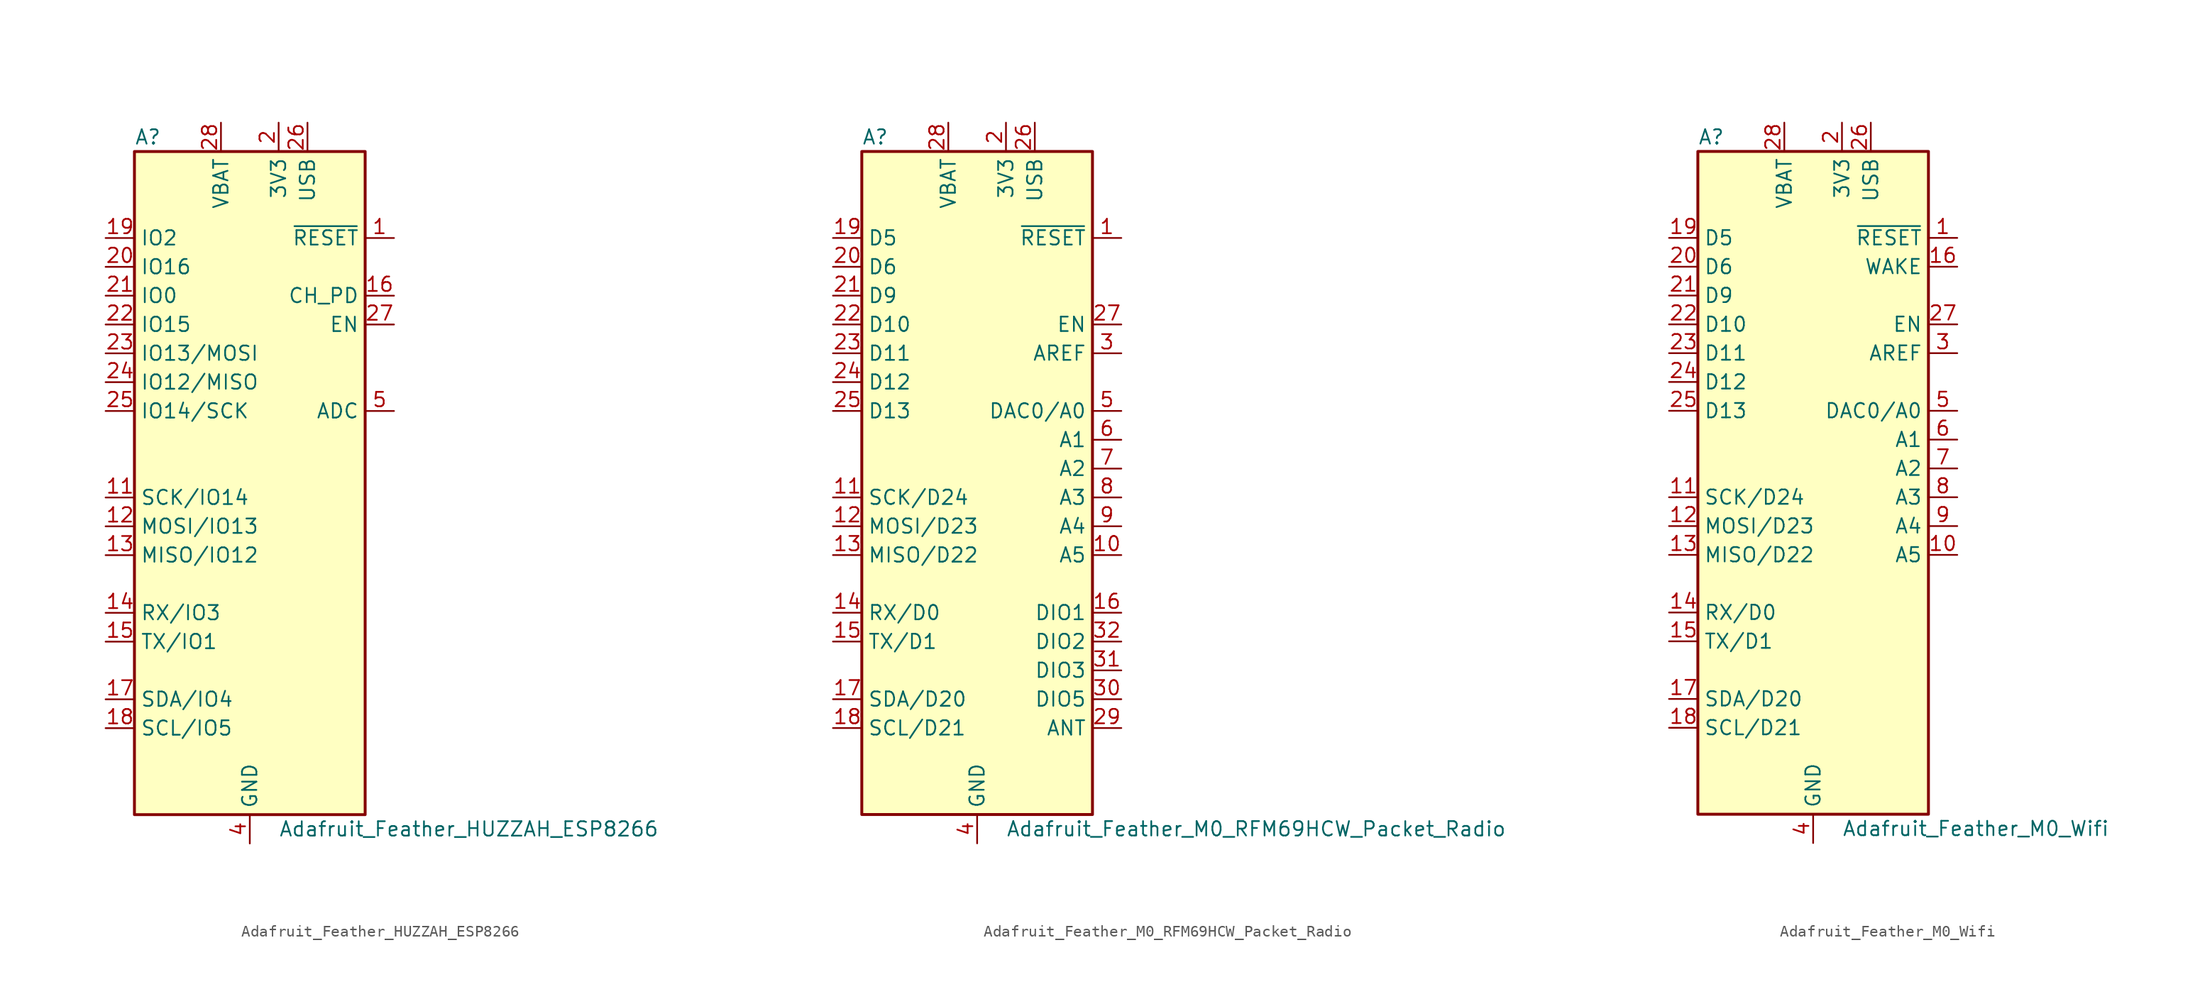
<source format=kicad_sym>
(kicad_symbol_lib
  (version 20211014)
  (generator kicad_symbol_editor)
  (symbol "Adafruit_Feather_HUZZAH_ESP8266"
    (property "Reference" "A"
      (at -10.16 29.21 0)
      (effects (font (size 1.27 1.27)) (justify left)))
    (property "Value" "Adafruit_Feather_HUZZAH_ESP8266"
      (at 2.54 -31.75 0)
      (effects (font (size 1.27 1.27)) (justify left)))
    (symbol "Adafruit_Feather_HUZZAH_ESP8266_0_1"
      (rectangle (start -10.16 27.94) (end 10.16 -30.48) (stroke (width 0.254) (type default) (color 0 0 0 0)) (fill (type background))))
    (symbol "Adafruit_Feather_HUZZAH_ESP8266_1_1"
      (pin input line (at 12.7 20.32 180) (length 2.54) (name "~{RESET}" (effects (font (size 1.27 1.27)))) (number "1" (effects (font (size 1.27 1.27)))))
      (pin no_connect line (at 10.16 -7.62 180) (length 2.54) hide (name "NC" (effects (font (size 1.27 1.27)))) (number "10" (effects (font (size 1.27 1.27)))))
      (pin bidirectional line (at -12.7 -2.54 0) (length 2.54) (name "SCK/IO14" (effects (font (size 1.27 1.27)))) (number "11" (effects (font (size 1.27 1.27)))))
      (pin bidirectional line (at -12.7 -5.08 0) (length 2.54) (name "MOSI/IO13" (effects (font (size 1.27 1.27)))) (number "12" (effects (font (size 1.27 1.27)))))
      (pin bidirectional line (at -12.7 -7.62 0) (length 2.54) (name "MISO/IO12" (effects (font (size 1.27 1.27)))) (number "13" (effects (font (size 1.27 1.27)))))
      (pin bidirectional line (at -12.7 -12.7 0) (length 2.54) (name "RX/IO3" (effects (font (size 1.27 1.27)))) (number "14" (effects (font (size 1.27 1.27)))))
      (pin bidirectional line (at -12.7 -15.24 0) (length 2.54) (name "TX/IO1" (effects (font (size 1.27 1.27)))) (number "15" (effects (font (size 1.27 1.27)))))
      (pin bidirectional line (at 12.7 15.24 180) (length 2.54) (name "CH_PD" (effects (font (size 1.27 1.27)))) (number "16" (effects (font (size 1.27 1.27)))))
      (pin bidirectional line (at -12.7 -20.32 0) (length 2.54) (name "SDA/IO4" (effects (font (size 1.27 1.27)))) (number "17" (effects (font (size 1.27 1.27)))))
      (pin bidirectional line (at -12.7 -22.86 0) (length 2.54) (name "SCL/IO5" (effects (font (size 1.27 1.27)))) (number "18" (effects (font (size 1.27 1.27)))))
      (pin bidirectional line (at -12.7 20.32 0) (length 2.54) (name "IO2" (effects (font (size 1.27 1.27)))) (number "19" (effects (font (size 1.27 1.27)))))
      (pin power_in line (at 2.54 30.48 270) (length 2.54) (name "3V3" (effects (font (size 1.27 1.27)))) (number "2" (effects (font (size 1.27 1.27)))))
      (pin bidirectional line (at -12.7 17.78 0) (length 2.54) (name "IO16" (effects (font (size 1.27 1.27)))) (number "20" (effects (font (size 1.27 1.27)))))
      (pin bidirectional line (at -12.7 15.24 0) (length 2.54) (name "IO0" (effects (font (size 1.27 1.27)))) (number "21" (effects (font (size 1.27 1.27)))))
      (pin bidirectional line (at -12.7 12.7 0) (length 2.54) (name "IO15" (effects (font (size 1.27 1.27)))) (number "22" (effects (font (size 1.27 1.27)))))
      (pin bidirectional line (at -12.7 10.16 0) (length 2.54) (name "IO13/MOSI" (effects (font (size 1.27 1.27)))) (number "23" (effects (font (size 1.27 1.27)))))
      (pin bidirectional line (at -12.7 7.62 0) (length 2.54) (name "IO12/MISO" (effects (font (size 1.27 1.27)))) (number "24" (effects (font (size 1.27 1.27)))))
      (pin bidirectional line (at -12.7 5.08 0) (length 2.54) (name "IO14/SCK" (effects (font (size 1.27 1.27)))) (number "25" (effects (font (size 1.27 1.27)))))
      (pin power_in line (at 5.08 30.48 270) (length 2.54) (name "USB" (effects (font (size 1.27 1.27)))) (number "26" (effects (font (size 1.27 1.27)))))
      (pin input line (at 12.7 12.7 180) (length 2.54) (name "EN" (effects (font (size 1.27 1.27)))) (number "27" (effects (font (size 1.27 1.27)))))
      (pin power_in line (at -2.54 30.48 270) (length 2.54) (name "VBAT" (effects (font (size 1.27 1.27)))) (number "28" (effects (font (size 1.27 1.27)))))
      (pin no_connect line (at 10.16 10.16 180) (length 2.54) hide (name "NC" (effects (font (size 1.27 1.27)))) (number "3" (effects (font (size 1.27 1.27)))))
      (pin power_in line (at 0 -33.02 90) (length 2.54) (name "GND" (effects (font (size 1.27 1.27)))) (number "4" (effects (font (size 1.27 1.27)))))
      (pin bidirectional line (at 12.7 5.08 180) (length 2.54) (name "ADC" (effects (font (size 1.27 1.27)))) (number "5" (effects (font (size 1.27 1.27)))))
      (pin no_connect line (at 10.16 2.54 180) (length 2.54) hide (name "NC" (effects (font (size 1.27 1.27)))) (number "6" (effects (font (size 1.27 1.27)))))
      (pin no_connect line (at 10.16 0 180) (length 2.54) hide (name "NC" (effects (font (size 1.27 1.27)))) (number "7" (effects (font (size 1.27 1.27)))))
      (pin no_connect line (at 10.16 -2.54 180) (length 2.54) hide (name "NC" (effects (font (size 1.27 1.27)))) (number "8" (effects (font (size 1.27 1.27)))))
      (pin no_connect line (at 10.16 -5.08 180) (length 2.54) hide (name "NC" (effects (font (size 1.27 1.27)))) (number "9" (effects (font (size 1.27 1.27)))))))
  (symbol "Adafruit_Feather_M0_RFM69HCW_Packet_Radio"
    (property "Reference" "A"
      (at -10.16 29.21 0)
      (effects (font (size 1.27 1.27)) (justify left)))
    (property "Value" "Adafruit_Feather_M0_RFM69HCW_Packet_Radio"
      (at 2.54 -31.75 0)
      (effects (font (size 1.27 1.27)) (justify left)))
    (symbol "Adafruit_Feather_M0_RFM69HCW_Packet_Radio_0_1"
      (rectangle (start -10.16 27.94) (end 10.16 -30.48) (stroke (width 0.254) (type default) (color 0 0 0 0)) (fill (type background))))
    (symbol "Adafruit_Feather_M0_RFM69HCW_Packet_Radio_1_1"
      (pin input line (at 12.7 20.32 180) (length 2.54) (name "~{RESET}" (effects (font (size 1.27 1.27)))) (number "1" (effects (font (size 1.27 1.27)))))
      (pin bidirectional line (at 12.7 -7.62 180) (length 2.54) (name "A5" (effects (font (size 1.27 1.27)))) (number "10" (effects (font (size 1.27 1.27)))))
      (pin bidirectional line (at -12.7 -2.54 0) (length 2.54) (name "SCK/D24" (effects (font (size 1.27 1.27)))) (number "11" (effects (font (size 1.27 1.27)))))
      (pin bidirectional line (at -12.7 -5.08 0) (length 2.54) (name "MOSI/D23" (effects (font (size 1.27 1.27)))) (number "12" (effects (font (size 1.27 1.27)))))
      (pin bidirectional line (at -12.7 -7.62 0) (length 2.54) (name "MISO/D22" (effects (font (size 1.27 1.27)))) (number "13" (effects (font (size 1.27 1.27)))))
      (pin bidirectional line (at -12.7 -12.7 0) (length 2.54) (name "RX/D0" (effects (font (size 1.27 1.27)))) (number "14" (effects (font (size 1.27 1.27)))))
      (pin bidirectional line (at -12.7 -15.24 0) (length 2.54) (name "TX/D1" (effects (font (size 1.27 1.27)))) (number "15" (effects (font (size 1.27 1.27)))))
      (pin bidirectional line (at 12.7 -12.7 180) (length 2.54) (name "DIO1" (effects (font (size 1.27 1.27)))) (number "16" (effects (font (size 1.27 1.27)))))
      (pin bidirectional line (at -12.7 -20.32 0) (length 2.54) (name "SDA/D20" (effects (font (size 1.27 1.27)))) (number "17" (effects (font (size 1.27 1.27)))))
      (pin bidirectional line (at -12.7 -22.86 0) (length 2.54) (name "SCL/D21" (effects (font (size 1.27 1.27)))) (number "18" (effects (font (size 1.27 1.27)))))
      (pin bidirectional line (at -12.7 20.32 0) (length 2.54) (name "D5" (effects (font (size 1.27 1.27)))) (number "19" (effects (font (size 1.27 1.27)))))
      (pin power_in line (at 2.54 30.48 270) (length 2.54) (name "3V3" (effects (font (size 1.27 1.27)))) (number "2" (effects (font (size 1.27 1.27)))))
      (pin bidirectional line (at -12.7 17.78 0) (length 2.54) (name "D6" (effects (font (size 1.27 1.27)))) (number "20" (effects (font (size 1.27 1.27)))))
      (pin bidirectional line (at -12.7 15.24 0) (length 2.54) (name "D9" (effects (font (size 1.27 1.27)))) (number "21" (effects (font (size 1.27 1.27)))))
      (pin bidirectional line (at -12.7 12.7 0) (length 2.54) (name "D10" (effects (font (size 1.27 1.27)))) (number "22" (effects (font (size 1.27 1.27)))))
      (pin bidirectional line (at -12.7 10.16 0) (length 2.54) (name "D11" (effects (font (size 1.27 1.27)))) (number "23" (effects (font (size 1.27 1.27)))))
      (pin bidirectional line (at -12.7 7.62 0) (length 2.54) (name "D12" (effects (font (size 1.27 1.27)))) (number "24" (effects (font (size 1.27 1.27)))))
      (pin bidirectional line (at -12.7 5.08 0) (length 2.54) (name "D13" (effects (font (size 1.27 1.27)))) (number "25" (effects (font (size 1.27 1.27)))))
      (pin power_in line (at 5.08 30.48 270) (length 2.54) (name "USB" (effects (font (size 1.27 1.27)))) (number "26" (effects (font (size 1.27 1.27)))))
      (pin input line (at 12.7 12.7 180) (length 2.54) (name "EN" (effects (font (size 1.27 1.27)))) (number "27" (effects (font (size 1.27 1.27)))))
      (pin power_in line (at -2.54 30.48 270) (length 2.54) (name "VBAT" (effects (font (size 1.27 1.27)))) (number "28" (effects (font (size 1.27 1.27)))))
      (pin bidirectional line (at 12.7 -22.86 180) (length 2.54) (name "ANT" (effects (font (size 1.27 1.27)))) (number "29" (effects (font (size 1.27 1.27)))))
      (pin input line (at 12.7 10.16 180) (length 2.54) (name "AREF" (effects (font (size 1.27 1.27)))) (number "3" (effects (font (size 1.27 1.27)))))
      (pin bidirectional line (at 12.7 -20.32 180) (length 2.54) (name "DIO5" (effects (font (size 1.27 1.27)))) (number "30" (effects (font (size 1.27 1.27)))))
      (pin bidirectional line (at 12.7 -17.78 180) (length 2.54) (name "DIO3" (effects (font (size 1.27 1.27)))) (number "31" (effects (font (size 1.27 1.27)))))
      (pin bidirectional line (at 12.7 -15.24 180) (length 2.54) (name "DIO2" (effects (font (size 1.27 1.27)))) (number "32" (effects (font (size 1.27 1.27)))))
      (pin power_in line (at 0 -33.02 90) (length 2.54) (name "GND" (effects (font (size 1.27 1.27)))) (number "4" (effects (font (size 1.27 1.27)))))
      (pin bidirectional line (at 12.7 5.08 180) (length 2.54) (name "DAC0/A0" (effects (font (size 1.27 1.27)))) (number "5" (effects (font (size 1.27 1.27)))))
      (pin bidirectional line (at 12.7 2.54 180) (length 2.54) (name "A1" (effects (font (size 1.27 1.27)))) (number "6" (effects (font (size 1.27 1.27)))))
      (pin bidirectional line (at 12.7 0 180) (length 2.54) (name "A2" (effects (font (size 1.27 1.27)))) (number "7" (effects (font (size 1.27 1.27)))))
      (pin bidirectional line (at 12.7 -2.54 180) (length 2.54) (name "A3" (effects (font (size 1.27 1.27)))) (number "8" (effects (font (size 1.27 1.27)))))
      (pin bidirectional line (at 12.7 -5.08 180) (length 2.54) (name "A4" (effects (font (size 1.27 1.27)))) (number "9" (effects (font (size 1.27 1.27)))))))
  (symbol "Adafruit_Feather_M0_Wifi"
    (property "Reference" "A"
      (at -10.16 29.21 0)
      (effects (font (size 1.27 1.27)) (justify left)))
    (property "Value" "Adafruit_Feather_M0_Wifi"
      (at 2.54 -31.75 0)
      (effects (font (size 1.27 1.27)) (justify left)))
    (symbol "Adafruit_Feather_M0_Wifi_0_1"
      (rectangle (start -10.16 27.94) (end 10.16 -30.48) (stroke (width 0.254) (type default) (color 0 0 0 0)) (fill (type background))))
    (symbol "Adafruit_Feather_M0_Wifi_1_1"
      (pin input line (at 12.7 20.32 180) (length 2.54) (name "~{RESET}" (effects (font (size 1.27 1.27)))) (number "1" (effects (font (size 1.27 1.27)))))
      (pin bidirectional line (at 12.7 -7.62 180) (length 2.54) (name "A5" (effects (font (size 1.27 1.27)))) (number "10" (effects (font (size 1.27 1.27)))))
      (pin bidirectional line (at -12.7 -2.54 0) (length 2.54) (name "SCK/D24" (effects (font (size 1.27 1.27)))) (number "11" (effects (font (size 1.27 1.27)))))
      (pin bidirectional line (at -12.7 -5.08 0) (length 2.54) (name "MOSI/D23" (effects (font (size 1.27 1.27)))) (number "12" (effects (font (size 1.27 1.27)))))
      (pin bidirectional line (at -12.7 -7.62 0) (length 2.54) (name "MISO/D22" (effects (font (size 1.27 1.27)))) (number "13" (effects (font (size 1.27 1.27)))))
      (pin bidirectional line (at -12.7 -12.7 0) (length 2.54) (name "RX/D0" (effects (font (size 1.27 1.27)))) (number "14" (effects (font (size 1.27 1.27)))))
      (pin bidirectional line (at -12.7 -15.24 0) (length 2.54) (name "TX/D1" (effects (font (size 1.27 1.27)))) (number "15" (effects (font (size 1.27 1.27)))))
      (pin input line (at 12.7 17.78 180) (length 2.54) (name "WAKE" (effects (font (size 1.27 1.27)))) (number "16" (effects (font (size 1.27 1.27)))))
      (pin bidirectional line (at -12.7 -20.32 0) (length 2.54) (name "SDA/D20" (effects (font (size 1.27 1.27)))) (number "17" (effects (font (size 1.27 1.27)))))
      (pin bidirectional line (at -12.7 -22.86 0) (length 2.54) (name "SCL/D21" (effects (font (size 1.27 1.27)))) (number "18" (effects (font (size 1.27 1.27)))))
      (pin bidirectional line (at -12.7 20.32 0) (length 2.54) (name "D5" (effects (font (size 1.27 1.27)))) (number "19" (effects (font (size 1.27 1.27)))))
      (pin power_in line (at 2.54 30.48 270) (length 2.54) (name "3V3" (effects (font (size 1.27 1.27)))) (number "2" (effects (font (size 1.27 1.27)))))
      (pin bidirectional line (at -12.7 17.78 0) (length 2.54) (name "D6" (effects (font (size 1.27 1.27)))) (number "20" (effects (font (size 1.27 1.27)))))
      (pin bidirectional line (at -12.7 15.24 0) (length 2.54) (name "D9" (effects (font (size 1.27 1.27)))) (number "21" (effects (font (size 1.27 1.27)))))
      (pin bidirectional line (at -12.7 12.7 0) (length 2.54) (name "D10" (effects (font (size 1.27 1.27)))) (number "22" (effects (font (size 1.27 1.27)))))
      (pin bidirectional line (at -12.7 10.16 0) (length 2.54) (name "D11" (effects (font (size 1.27 1.27)))) (number "23" (effects (font (size 1.27 1.27)))))
      (pin bidirectional line (at -12.7 7.62 0) (length 2.54) (name "D12" (effects (font (size 1.27 1.27)))) (number "24" (effects (font (size 1.27 1.27)))))
      (pin bidirectional line (at -12.7 5.08 0) (length 2.54) (name "D13" (effects (font (size 1.27 1.27)))) (number "25" (effects (font (size 1.27 1.27)))))
      (pin power_in line (at 5.08 30.48 270) (length 2.54) (name "USB" (effects (font (size 1.27 1.27)))) (number "26" (effects (font (size 1.27 1.27)))))
      (pin input line (at 12.7 12.7 180) (length 2.54) (name "EN" (effects (font (size 1.27 1.27)))) (number "27" (effects (font (size 1.27 1.27)))))
      (pin power_in line (at -2.54 30.48 270) (length 2.54) (name "VBAT" (effects (font (size 1.27 1.27)))) (number "28" (effects (font (size 1.27 1.27)))))
      (pin input line (at 12.7 10.16 180) (length 2.54) (name "AREF" (effects (font (size 1.27 1.27)))) (number "3" (effects (font (size 1.27 1.27)))))
      (pin power_in line (at 0 -33.02 90) (length 2.54) (name "GND" (effects (font (size 1.27 1.27)))) (number "4" (effects (font (size 1.27 1.27)))))
      (pin bidirectional line (at 12.7 5.08 180) (length 2.54) (name "DAC0/A0" (effects (font (size 1.27 1.27)))) (number "5" (effects (font (size 1.27 1.27)))))
      (pin bidirectional line (at 12.7 2.54 180) (length 2.54) (name "A1" (effects (font (size 1.27 1.27)))) (number "6" (effects (font (size 1.27 1.27)))))
      (pin bidirectional line (at 12.7 0 180) (length 2.54) (name "A2" (effects (font (size 1.27 1.27)))) (number "7" (effects (font (size 1.27 1.27)))))
      (pin bidirectional line (at 12.7 -2.54 180) (length 2.54) (name "A3" (effects (font (size 1.27 1.27)))) (number "8" (effects (font (size 1.27 1.27)))))
      (pin bidirectional line (at 12.7 -5.08 180) (length 2.54) (name "A4" (effects (font (size 1.27 1.27)))) (number "9" (effects (font (size 1.27 1.27))))))))
</source>
